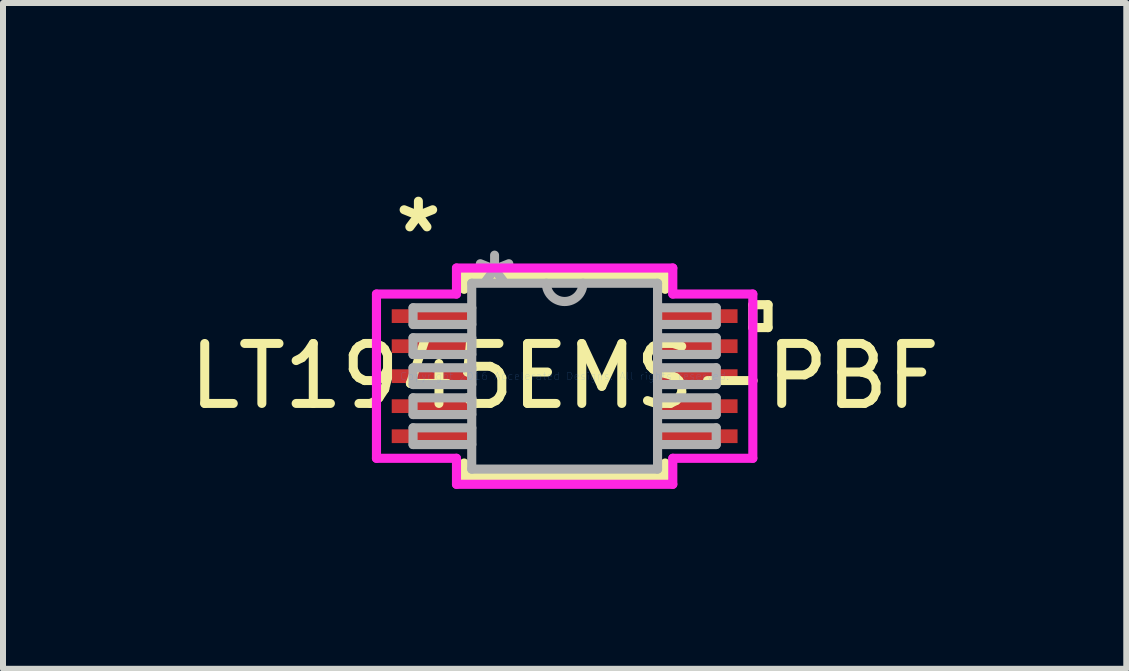
<source format=kicad_pcb>
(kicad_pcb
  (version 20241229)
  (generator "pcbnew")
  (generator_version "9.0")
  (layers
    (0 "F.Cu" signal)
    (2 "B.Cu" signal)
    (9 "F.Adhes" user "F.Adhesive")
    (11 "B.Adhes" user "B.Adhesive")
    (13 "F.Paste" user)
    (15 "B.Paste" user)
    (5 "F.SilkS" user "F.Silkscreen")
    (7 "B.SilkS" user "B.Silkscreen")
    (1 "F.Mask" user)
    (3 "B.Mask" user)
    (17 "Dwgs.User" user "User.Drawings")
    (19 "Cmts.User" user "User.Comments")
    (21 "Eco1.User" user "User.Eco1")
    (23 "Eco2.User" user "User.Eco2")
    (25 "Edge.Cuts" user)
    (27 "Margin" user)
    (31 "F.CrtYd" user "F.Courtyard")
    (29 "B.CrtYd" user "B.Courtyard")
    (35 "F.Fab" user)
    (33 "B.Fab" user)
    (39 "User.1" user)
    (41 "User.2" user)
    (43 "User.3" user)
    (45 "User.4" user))
  (footprint "LT1945EMS-PBF"
    (layer "F.Cu")
    (at 6.363 3.221)
    (property "Reference" "LT1945EMS-PBF" (at 0 0 0) (layer "F.SilkS") (effects (font (size 1 1) (thickness 0.15))))
    (attr through_hole)
    (fp_line (start -1.676 -1.676) (end -1.676 -1.448) (stroke (width 0.152) (type solid)) (layer "F.SilkS"))
    (fp_line (start -1.676 1.448) (end -1.676 1.676) (stroke (width 0.152) (type solid)) (layer "F.SilkS"))
    (fp_line (start -1.676 1.676) (end 1.676 1.676) (stroke (width 0.152) (type solid)) (layer "F.SilkS"))
    (fp_line (start 1.676 -1.676) (end -1.676 -1.676) (stroke (width 0.152) (type solid)) (layer "F.SilkS"))
    (fp_line (start 1.676 -1.448) (end 1.676 -1.676) (stroke (width 0.152) (type solid)) (layer "F.SilkS"))
    (fp_line (start 1.676 1.676) (end 1.676 1.448) (stroke (width 0.152) (type solid)) (layer "F.SilkS"))
    (fp_line (start 3.137 -1.191) (end 3.391 -1.191) (stroke (width 0.152) (type solid)) (layer "F.SilkS"))
    (fp_line (start 3.137 -0.81) (end 3.137 -1.191) (stroke (width 0.152) (type solid)) (layer "F.SilkS"))
    (fp_line (start 3.391 -1.191) (end 3.391 -0.81) (stroke (width 0.152) (type solid)) (layer "F.SilkS"))
    (fp_line (start 3.391 -0.81) (end 3.137 -0.81) (stroke (width 0.152) (type solid)) (layer "F.SilkS"))
    (fp_line (start -3.137 -1.369) (end -1.803 -1.369) (stroke (width 0.152) (type solid)) (layer "F.CrtYd"))
    (fp_line (start -3.137 1.369) (end -3.137 -1.369) (stroke (width 0.152) (type solid)) (layer "F.CrtYd"))
    (fp_line (start -1.803 -1.803) (end 1.803 -1.803) (stroke (width 0.152) (type solid)) (layer "F.CrtYd"))
    (fp_line (start -1.803 -1.369) (end -1.803 -1.803) (stroke (width 0.152) (type solid)) (layer "F.CrtYd"))
    (fp_line (start -1.803 1.369) (end -3.137 1.369) (stroke (width 0.152) (type solid)) (layer "F.CrtYd"))
    (fp_line (start -1.803 1.803) (end -1.803 1.369) (stroke (width 0.152) (type solid)) (layer "F.CrtYd"))
    (fp_line (start 1.803 -1.803) (end 1.803 -1.369) (stroke (width 0.152) (type solid)) (layer "F.CrtYd"))
    (fp_line (start 1.803 -1.369) (end 3.137 -1.369) (stroke (width 0.152) (type solid)) (layer "F.CrtYd"))
    (fp_line (start 1.803 1.369) (end 1.803 1.803) (stroke (width 0.152) (type solid)) (layer "F.CrtYd"))
    (fp_line (start 1.803 1.803) (end -1.803 1.803) (stroke (width 0.152) (type solid)) (layer "F.CrtYd"))
    (fp_line (start 3.137 -1.369) (end 3.137 1.369) (stroke (width 0.152) (type solid)) (layer "F.CrtYd"))
    (fp_line (start 3.137 1.369) (end 1.803 1.369) (stroke (width 0.152) (type solid)) (layer "F.CrtYd"))
    (fp_line (start -2.527 -1.14) (end -2.527 -0.861) (stroke (width 0.152) (type solid)) (layer "F.Fab"))
    (fp_line (start -2.527 -0.861) (end -1.549 -0.861) (stroke (width 0.152) (type solid)) (layer "F.Fab"))
    (fp_line (start -2.527 -0.64) (end -2.527 -0.361) (stroke (width 0.152) (type solid)) (layer "F.Fab"))
    (fp_line (start -2.527 -0.361) (end -1.549 -0.361) (stroke (width 0.152) (type solid)) (layer "F.Fab"))
    (fp_line (start -2.527 -0.14) (end -2.527 0.14) (stroke (width 0.152) (type solid)) (layer "F.Fab"))
    (fp_line (start -2.527 0.14) (end -1.549 0.14) (stroke (width 0.152) (type solid)) (layer "F.Fab"))
    (fp_line (start -2.527 0.361) (end -2.527 0.64) (stroke (width 0.152) (type solid)) (layer "F.Fab"))
    (fp_line (start -2.527 0.64) (end -1.549 0.64) (stroke (width 0.152) (type solid)) (layer "F.Fab"))
    (fp_line (start -2.527 0.861) (end -2.527 1.14) (stroke (width 0.152) (type solid)) (layer "F.Fab"))
    (fp_line (start -2.527 1.14) (end -1.549 1.14) (stroke (width 0.152) (type solid)) (layer "F.Fab"))
    (fp_line (start -1.549 -1.549) (end -1.549 1.549) (stroke (width 0.152) (type solid)) (layer "F.Fab"))
    (fp_line (start -1.549 -1.14) (end -2.527 -1.14) (stroke (width 0.152) (type solid)) (layer "F.Fab"))
    (fp_line (start -1.549 -0.861) (end -1.549 -1.14) (stroke (width 0.152) (type solid)) (layer "F.Fab"))
    (fp_line (start -1.549 -0.64) (end -2.527 -0.64) (stroke (width 0.152) (type solid)) (layer "F.Fab"))
    (fp_line (start -1.549 -0.361) (end -1.549 -0.64) (stroke (width 0.152) (type solid)) (layer "F.Fab"))
    (fp_line (start -1.549 -0.14) (end -2.527 -0.14) (stroke (width 0.152) (type solid)) (layer "F.Fab"))
    (fp_line (start -1.549 0.14) (end -1.549 -0.14) (stroke (width 0.152) (type solid)) (layer "F.Fab"))
    (fp_line (start -1.549 0.361) (end -2.527 0.361) (stroke (width 0.152) (type solid)) (layer "F.Fab"))
    (fp_line (start -1.549 0.64) (end -1.549 0.361) (stroke (width 0.152) (type solid)) (layer "F.Fab"))
    (fp_line (start -1.549 0.861) (end -2.527 0.861) (stroke (width 0.152) (type solid)) (layer "F.Fab"))
    (fp_line (start -1.549 1.14) (end -1.549 0.861) (stroke (width 0.152) (type solid)) (layer "F.Fab"))
    (fp_line (start -1.549 1.549) (end 1.549 1.549) (stroke (width 0.152) (type solid)) (layer "F.Fab"))
    (fp_line (start 1.549 -1.549) (end -1.549 -1.549) (stroke (width 0.152) (type solid)) (layer "F.Fab"))
    (fp_line (start 1.549 -1.14) (end 1.549 -0.861) (stroke (width 0.152) (type solid)) (layer "F.Fab"))
    (fp_line (start 1.549 -0.861) (end 2.527 -0.861) (stroke (width 0.152) (type solid)) (layer "F.Fab"))
    (fp_line (start 1.549 -0.64) (end 1.549 -0.361) (stroke (width 0.152) (type solid)) (layer "F.Fab"))
    (fp_line (start 1.549 -0.361) (end 2.527 -0.361) (stroke (width 0.152) (type solid)) (layer "F.Fab"))
    (fp_line (start 1.549 -0.14) (end 1.549 0.14) (stroke (width 0.152) (type solid)) (layer "F.Fab"))
    (fp_line (start 1.549 0.14) (end 2.527 0.14) (stroke (width 0.152) (type solid)) (layer "F.Fab"))
    (fp_line (start 1.549 0.361) (end 1.549 0.64) (stroke (width 0.152) (type solid)) (layer "F.Fab"))
    (fp_line (start 1.549 0.64) (end 2.527 0.64) (stroke (width 0.152) (type solid)) (layer "F.Fab"))
    (fp_line (start 1.549 0.861) (end 1.549 1.14) (stroke (width 0.152) (type solid)) (layer "F.Fab"))
    (fp_line (start 1.549 1.14) (end 2.527 1.14) (stroke (width 0.152) (type solid)) (layer "F.Fab"))
    (fp_line (start 1.549 1.549) (end 1.549 -1.549) (stroke (width 0.152) (type solid)) (layer "F.Fab"))
    (fp_line (start 2.527 -1.14) (end 1.549 -1.14) (stroke (width 0.152) (type solid)) (layer "F.Fab"))
    (fp_line (start 2.527 -0.861) (end 2.527 -1.14) (stroke (width 0.152) (type solid)) (layer "F.Fab"))
    (fp_line (start 2.527 -0.64) (end 1.549 -0.64) (stroke (width 0.152) (type solid)) (layer "F.Fab"))
    (fp_line (start 2.527 -0.361) (end 2.527 -0.64) (stroke (width 0.152) (type solid)) (layer "F.Fab"))
    (fp_line (start 2.527 -0.14) (end 1.549 -0.14) (stroke (width 0.152) (type solid)) (layer "F.Fab"))
    (fp_line (start 2.527 0.14) (end 2.527 -0.14) (stroke (width 0.152) (type solid)) (layer "F.Fab"))
    (fp_line (start 2.527 0.361) (end 1.549 0.361) (stroke (width 0.152) (type solid)) (layer "F.Fab"))
    (fp_line (start 2.527 0.64) (end 2.527 0.361) (stroke (width 0.152) (type solid)) (layer "F.Fab"))
    (fp_line (start 2.527 0.861) (end 1.549 0.861) (stroke (width 0.152) (type solid)) (layer "F.Fab"))
    (fp_line (start 2.527 1.14) (end 2.527 0.861) (stroke (width 0.152) (type solid)) (layer "F.Fab"))
    (fp_arc (start 0.3048 -1.5494) (mid 0 -1.2446) (end -0.3048 -1.5494) (stroke (width 0.1524) (type solid)) (layer "F.Fab"))
    (fp_text user "*" (at -2.438 -2.372 0) (layer "F.SilkS") (effects (font (size 1 1) (thickness 0.15))))
    (fp_text user "Copyright 2016 Accelerated Designs. All rights reserved." (at 0 0 0) (layer "Cmts.User") (effects (font (size 0.127 0.127) (thickness 0.002))))
    (fp_text user "*" (at -1.168 -1.473 0) (layer "F.Fab") (effects (font (size 1 1) (thickness 0.15))))
    (pad "1" smd rect (at -2.184 -1.001) (size 1.397 0.229) (layers "F.Cu" "F.Mask" "F.Paste"))
    (pad "2" smd rect (at -2.184 -0.5) (size 1.397 0.229) (layers "F.Cu" "F.Mask" "F.Paste"))
    (pad "3" smd rect (at -2.184 0) (size 1.397 0.229) (layers "F.Cu" "F.Mask" "F.Paste"))
    (pad "4" smd rect (at -2.184 0.5) (size 1.397 0.229) (layers "F.Cu" "F.Mask" "F.Paste"))
    (pad "5" smd rect (at -2.184 1.001) (size 1.397 0.229) (layers "F.Cu" "F.Mask" "F.Paste"))
    (pad "6" smd rect (at 2.184 1.001) (size 1.397 0.229) (layers "F.Cu" "F.Mask" "F.Paste"))
    (pad "7" smd rect (at 2.184 0.5) (size 1.397 0.229) (layers "F.Cu" "F.Mask" "F.Paste"))
    (pad "8" smd rect (at 2.184 0) (size 1.397 0.229) (layers "F.Cu" "F.Mask" "F.Paste"))
    (pad "9" smd rect (at 2.184 -0.5) (size 1.397 0.229) (layers "F.Cu" "F.Mask" "F.Paste"))
    (pad "10" smd rect (at 2.184 -1.001) (size 1.397 0.229) (layers "F.Cu" "F.Mask" "F.Paste")))
  (gr_rect
    (start -3 -3)
    (end 15.726 8.1)
    (stroke (width 0.1) (type default))
    (fill no)
    (layer "Edge.Cuts")))
</source>
